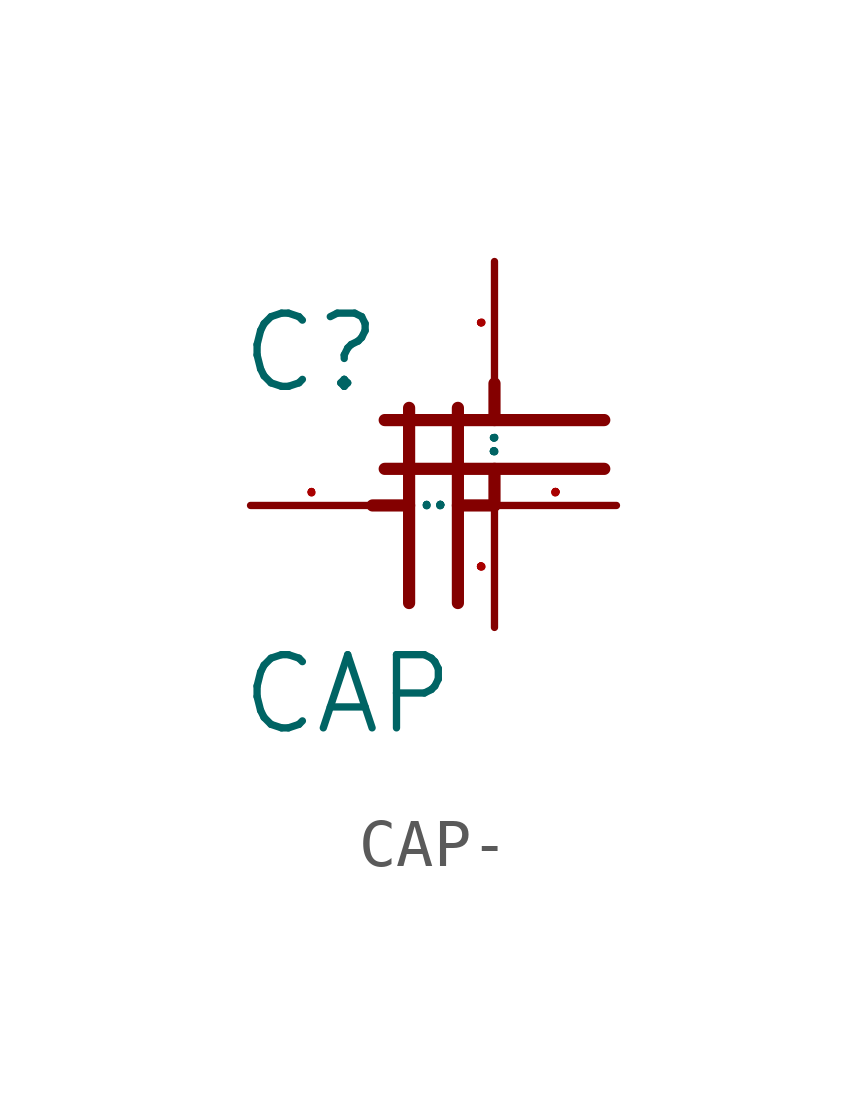
<source format=kicad_sym>
(kicad_symbol_lib
  (version 20220914)
  (generator kicad_symbol_editor)
  (symbol "CAP-"
    (pin_names
      (offset 1.016))
    (property "Reference" "C"
      (at -2.794 -0.254 0)
      (effects (font (size 1.524 1.524)) (justify left bottom)))
    (property "Value" "CAP"
      (at -2.794 -7.366 0)
      (effects (font (size 1.524 1.524)) (justify left bottom)))
    (property "Footprint" ""
      (at 0 0 0)
      (effects (font (size 1.524 1.524))))
    (property "Datasheet" ""
      (at 0 0 0)
      (effects (font (size 1.524 1.524))))
    (symbol "CAP-_0_1"
      (polyline (pts (xy 0 -2.54) (xy 0.762 -2.54)) (stroke (width 0.254) (type solid)) (fill (type none)))
      (polyline (pts (xy 0.254 -1.778) (xy 4.826 -1.778)) (stroke (width 0.254) (type solid)) (fill (type none)))
      (polyline (pts (xy 0.254 -0.762) (xy 4.826 -0.762)) (stroke (width 0.254) (type solid)) (fill (type none)))
      (polyline (pts (xy 0.762 -4.572) (xy 0.762 -0.508)) (stroke (width 0.254) (type solid)) (fill (type none)))
      (polyline (pts (xy 1.778 -0.508) (xy 1.778 -4.572)) (stroke (width 0.254) (type solid)) (fill (type none)))
      (polyline (pts (xy 2.54 -2.54) (xy 1.778 -2.54)) (stroke (width 0.254) (type solid)) (fill (type none)))
      (polyline (pts (xy 2.54 -1.778) (xy 2.54 -2.54)) (stroke (width 0.254) (type solid)) (fill (type none)))
      (polyline (pts (xy 2.54 0) (xy 2.54 -0.762)) (stroke (width 0.254) (type solid)) (fill (type none)))
      (pin passive line (at -2.54 -2.54 0) (length 2.54) (name "1" (effects (font (size 0.025 0.025)))) (number "1" (effects (font (size 0.025 0.025)))))
      (pin passive line (at 2.54 2.54 270) (length 2.54) (name "1" (effects (font (size 0.025 0.025)))) (number "1" (effects (font (size 0.025 0.025)))))
      (pin passive line (at 2.54 -5.08 90) (length 2.54) (name "2" (effects (font (size 0.025 0.025)))) (number "2" (effects (font (size 0.025 0.025)))))
      (pin passive line (at 5.08 -2.54 180) (length 2.54) (name "2" (effects (font (size 0.025 0.025)))) (number "2" (effects (font (size 0.025 0.025))))))))
</source>
